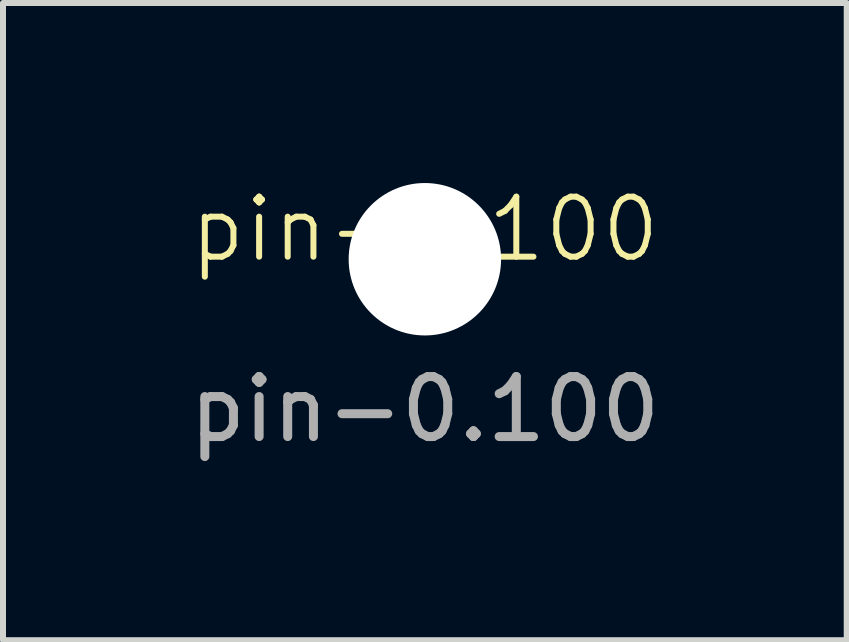
<source format=kicad_pcb>
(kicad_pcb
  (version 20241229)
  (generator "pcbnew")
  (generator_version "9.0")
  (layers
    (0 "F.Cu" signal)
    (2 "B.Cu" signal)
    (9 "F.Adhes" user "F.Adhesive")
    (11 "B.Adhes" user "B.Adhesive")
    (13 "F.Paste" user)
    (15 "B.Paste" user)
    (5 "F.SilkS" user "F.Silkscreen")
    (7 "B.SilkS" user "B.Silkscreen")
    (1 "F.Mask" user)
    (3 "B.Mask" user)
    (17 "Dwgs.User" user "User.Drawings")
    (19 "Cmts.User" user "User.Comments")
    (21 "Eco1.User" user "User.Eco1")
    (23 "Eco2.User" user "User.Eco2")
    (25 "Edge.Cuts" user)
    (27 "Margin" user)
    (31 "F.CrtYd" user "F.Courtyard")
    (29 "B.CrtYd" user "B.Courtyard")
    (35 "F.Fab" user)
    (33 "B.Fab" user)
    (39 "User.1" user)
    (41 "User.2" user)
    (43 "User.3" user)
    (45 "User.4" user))
  (footprint "pin-0.100"
    (layer "F.Cu")
    (at 4.03 1.27)
    (property "Reference" "pin-0.100" (at 0 -0.5 0) (unlocked yes) (layer "F.SilkS") (effects (font (size 1 1) (thickness 0.1))))
    (fp_text user "${REFERENCE}" (at 0 2.5 0) (unlocked yes) (layer "F.Fab") (effects (font (size 1 1) (thickness 0.15))))
    (pad "" np_thru_hole circle (at 0 0) (size 2.54 2.54) (drill 2.54) (layers "*.Cu" "*.Mask")))
  (gr_rect
    (start -3 -3)
    (end 11.06 7.618)
    (stroke (width 0.1) (type default))
    (fill no)
    (layer "Edge.Cuts")))
</source>
